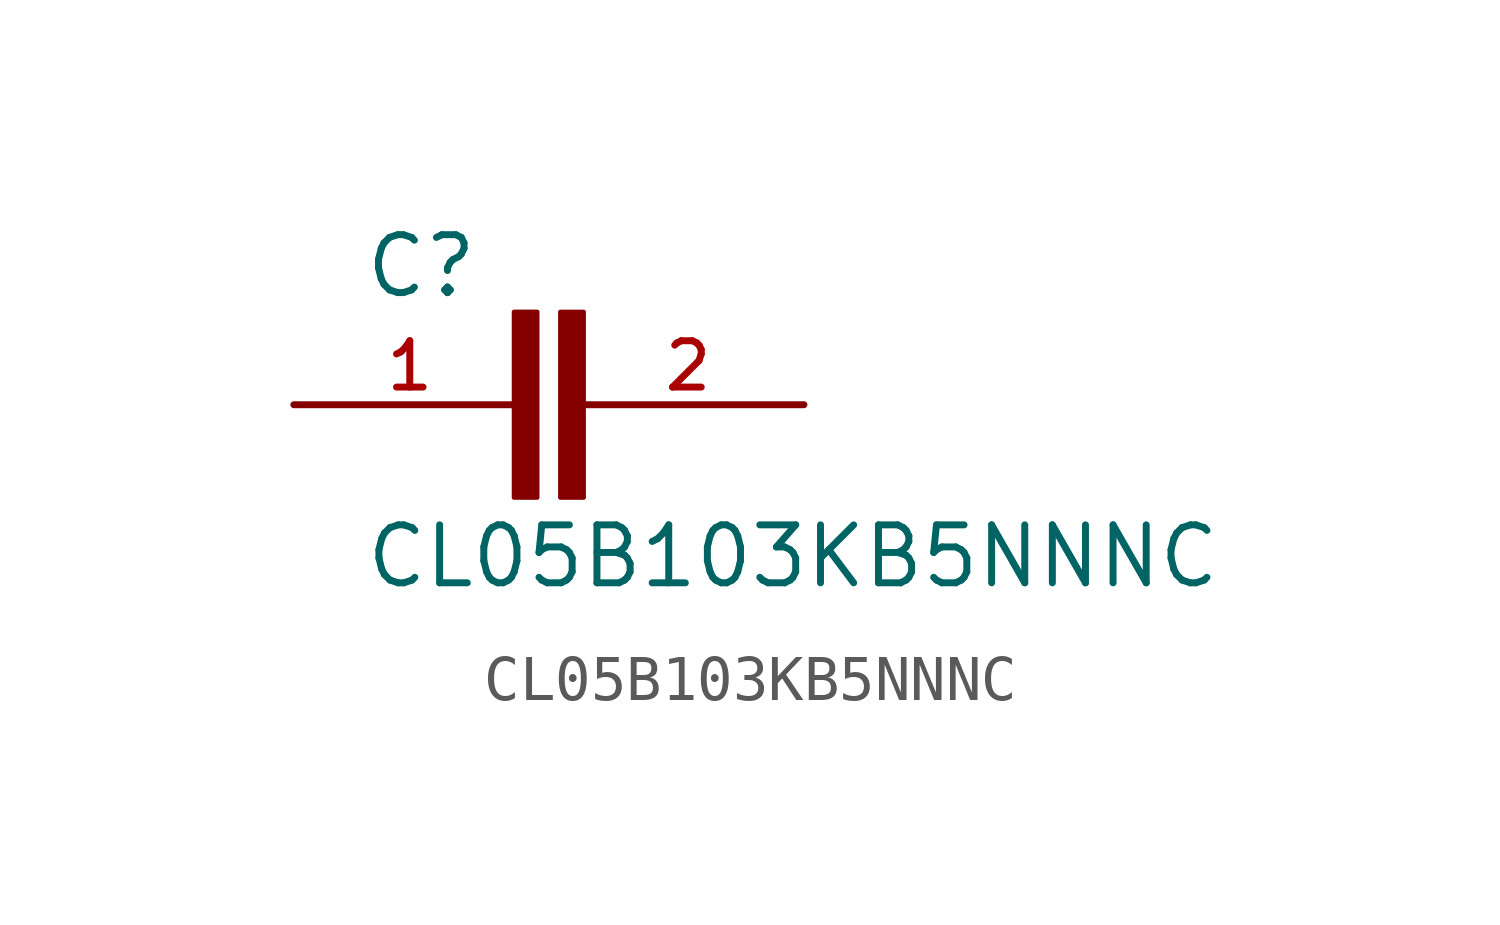
<source format=kicad_sym>
(kicad_symbol_lib
  (version 20211014)
  (generator kicad_symbol_editor)
  (symbol "CL05B103KB5NNNC"
    (pin_names
      (offset 1.016))
    (property "Reference" "C"
      (at -4.076 2.293 0)
      (effects (font (size 1.27 1.27)) (justify bottom left)))
    (property "Value" "CL05B103KB5NNNC"
      (at -4.066 -4.066 0)
      (effects (font (size 1.27 1.27)) (justify bottom left)))
    (symbol "CL05B103KB5NNNC_0_0"
      (rectangle (start -0.764 -2.034) (end -0.256 2.034) (stroke (width 0.1)) (fill (type outline)))
      (rectangle (start 0.252 -2.034) (end 0.761 2.033) (stroke (width 0.1)) (fill (type outline)))
      (pin passive line (at -5.588 0.0 0) (length 5.08) (name "~" (effects (font (size 1.016 1.016)))) (number "1" (effects (font (size 1.016 1.016)))))
      (pin passive line (at 5.588 0.0 180.0) (length 5.08) (name "~" (effects (font (size 1.016 1.016)))) (number "2" (effects (font (size 1.016 1.016))))))))
</source>
